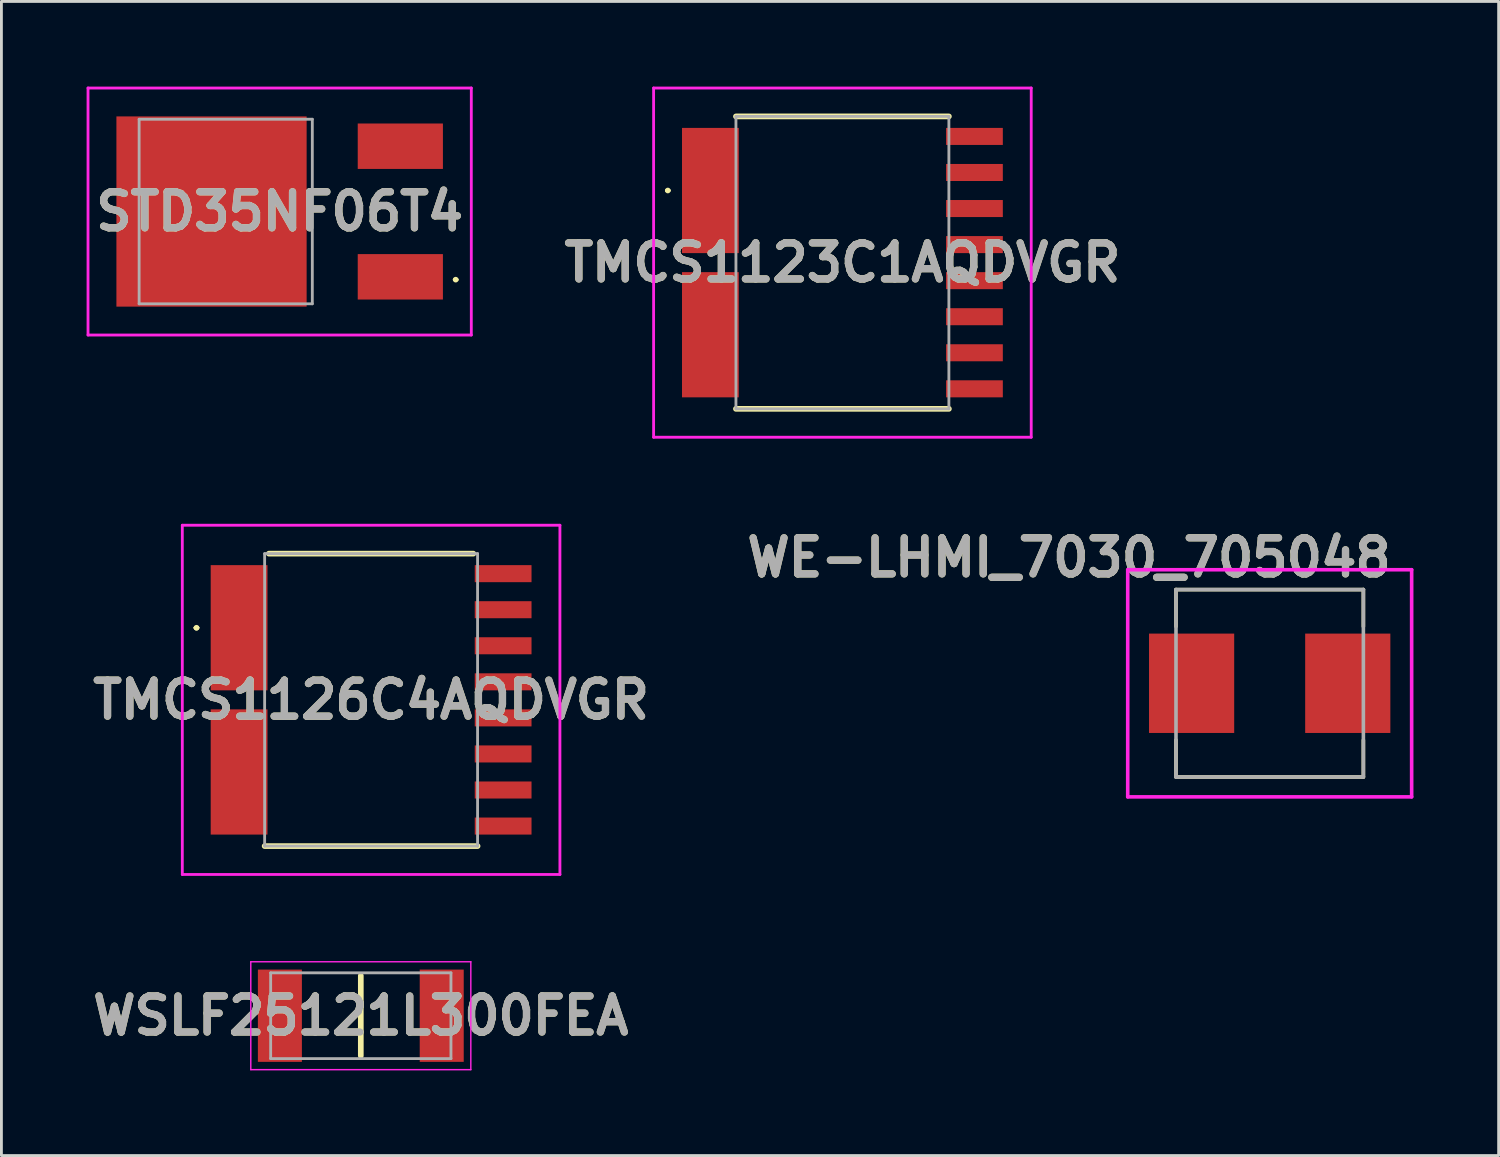
<source format=kicad_pcb>
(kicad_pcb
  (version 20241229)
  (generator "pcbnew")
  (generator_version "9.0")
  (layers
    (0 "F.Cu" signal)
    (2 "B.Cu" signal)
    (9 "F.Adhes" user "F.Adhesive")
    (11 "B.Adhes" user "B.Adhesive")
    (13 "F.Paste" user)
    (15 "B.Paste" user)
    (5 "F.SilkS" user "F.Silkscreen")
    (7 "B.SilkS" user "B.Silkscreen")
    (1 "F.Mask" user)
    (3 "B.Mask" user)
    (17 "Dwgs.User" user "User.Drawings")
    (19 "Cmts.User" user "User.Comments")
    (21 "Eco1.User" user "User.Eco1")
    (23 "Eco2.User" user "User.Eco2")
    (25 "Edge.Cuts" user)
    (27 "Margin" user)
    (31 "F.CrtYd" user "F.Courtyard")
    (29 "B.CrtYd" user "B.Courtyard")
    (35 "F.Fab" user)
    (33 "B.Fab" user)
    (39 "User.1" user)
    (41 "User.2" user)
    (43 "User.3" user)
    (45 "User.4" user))
  (footprint "TMCS1123C1AQDVGR"
    (layer "F.Cu")
    (at 26.621 6.2)
    (property "Reference" "TMCS1123C1AQDVGR" (at 0 0 0) (layer "F.SilkS") (effects (font (size 1.27 1.27) (thickness 0.254))))
    (attr smd)
    (fp_line (start -6.2 -2.54) (end -6.2 -2.54) (stroke (width 0.1) (type solid)) (layer "F.SilkS"))
    (fp_line (start -6.1 -2.54) (end -6.1 -2.54) (stroke (width 0.1) (type solid)) (layer "F.SilkS"))
    (fp_line (start -3.75 -5.15) (end 3.75 -5.15) (stroke (width 0.2) (type solid)) (layer "F.SilkS"))
    (fp_line (start -3.75 5.15) (end 3.75 5.15) (stroke (width 0.2) (type solid)) (layer "F.SilkS"))
    (fp_arc (start -6.2 -2.54) (mid -6.15 -2.59) (end -6.1 -2.54) (stroke (width 0.1) (type solid)) (layer "F.SilkS"))
    (fp_arc (start -6.1 -2.54) (mid -6.15 -2.49) (end -6.2 -2.54) (stroke (width 0.1) (type solid)) (layer "F.SilkS"))
    (fp_line (start -6.65 -6.15) (end 6.65 -6.15) (stroke (width 0.1) (type solid)) (layer "F.CrtYd"))
    (fp_line (start -6.65 6.15) (end -6.65 -6.15) (stroke (width 0.1) (type solid)) (layer "F.CrtYd"))
    (fp_line (start 6.65 -6.15) (end 6.65 6.15) (stroke (width 0.1) (type solid)) (layer "F.CrtYd"))
    (fp_line (start 6.65 6.15) (end -6.65 6.15) (stroke (width 0.1) (type solid)) (layer "F.CrtYd"))
    (fp_line (start -3.75 -5.15) (end 3.75 -5.15) (stroke (width 0.1) (type solid)) (layer "F.Fab"))
    (fp_line (start -3.75 5.15) (end -3.75 -5.15) (stroke (width 0.1) (type solid)) (layer "F.Fab"))
    (fp_line (start 3.75 -5.15) (end 3.75 5.15) (stroke (width 0.1) (type solid)) (layer "F.Fab"))
    (fp_line (start 3.75 5.15) (end -3.75 5.15) (stroke (width 0.1) (type solid)) (layer "F.Fab"))
    (fp_text user "${REFERENCE}" (at 0 0 0) (layer "F.Fab") (effects (font (size 1.27 1.27) (thickness 0.254))))
    (pad "1" smd rect (at -4.65 -2.54) (size 2 4.41) (layers "F.Cu" "F.Mask" "F.Paste"))
    (pad "2" smd rect (at -4.65 2.54) (size 2 4.41) (layers "F.Cu" "F.Mask" "F.Paste"))
    (pad "3" smd rect (at 4.65 4.445 90) (size 0.6 2) (layers "F.Cu" "F.Mask" "F.Paste"))
    (pad "4" smd rect (at 4.65 3.175 90) (size 0.6 2) (layers "F.Cu" "F.Mask" "F.Paste"))
    (pad "5" smd rect (at 4.65 1.905 90) (size 0.6 2) (layers "F.Cu" "F.Mask" "F.Paste"))
    (pad "6" smd rect (at 4.65 0.635 90) (size 0.6 2) (layers "F.Cu" "F.Mask" "F.Paste"))
    (pad "7" smd rect (at 4.65 -0.635 90) (size 0.6 2) (layers "F.Cu" "F.Mask" "F.Paste"))
    (pad "8" smd rect (at 4.65 -1.905 90) (size 0.6 2) (layers "F.Cu" "F.Mask" "F.Paste"))
    (pad "9" smd rect (at 4.65 -3.175 90) (size 0.6 2) (layers "F.Cu" "F.Mask" "F.Paste"))
    (pad "10" smd rect (at 4.65 -4.445 90) (size 0.6 2) (layers "F.Cu" "F.Mask" "F.Paste")))
  (footprint "WSLF25121L300FEA"
    (layer "F.Cu")
    (at 9.658 32.725)
    (property "Reference" "WSLF25121L300FEA" (at 0 0 0) (layer "F.SilkS") (effects (font (size 1.27 1.27) (thickness 0.254))))
    (attr smd)
    (fp_line (start 0 -1.41) (end 0 1.41) (stroke (width 0.2) (type solid)) (layer "F.SilkS"))
    (fp_line (start -3.875 -1.9) (end 3.875 -1.9) (stroke (width 0.05) (type solid)) (layer "F.CrtYd"))
    (fp_line (start -3.875 1.9) (end -3.875 -1.9) (stroke (width 0.05) (type solid)) (layer "F.CrtYd"))
    (fp_line (start 3.875 -1.9) (end 3.875 1.9) (stroke (width 0.05) (type solid)) (layer "F.CrtYd"))
    (fp_line (start 3.875 1.9) (end -3.875 1.9) (stroke (width 0.05) (type solid)) (layer "F.CrtYd"))
    (fp_line (start -3.175 -1.51) (end 3.175 -1.51) (stroke (width 0.1) (type solid)) (layer "F.Fab"))
    (fp_line (start -3.175 1.51) (end -3.175 -1.51) (stroke (width 0.1) (type solid)) (layer "F.Fab"))
    (fp_line (start 3.175 -1.51) (end 3.175 1.51) (stroke (width 0.1) (type solid)) (layer "F.Fab"))
    (fp_line (start 3.175 1.51) (end -3.175 1.51) (stroke (width 0.1) (type solid)) (layer "F.Fab"))
    (fp_text user "${REFERENCE}" (at 0 0 0) (layer "F.Fab") (effects (font (size 1.27 1.27) (thickness 0.254))))
    (pad "1" smd rect (at -2.85 0) (size 1.55 3.25) (layers "F.Cu" "F.Mask" "F.Paste"))
    (pad "2" smd rect (at 2.85 0) (size 1.55 3.25) (layers "F.Cu" "F.Mask" "F.Paste")))
  (footprint "WE-LHMI_7030_705048"
    (layer "F.Cu")
    (at 41.67 21.016)
    (property "Reference" "WE-LHMI_7030_705048" (at -7.066 -4.428 0) (layer "F.SilkS") (effects (font (size 1.27 1.27) (thickness 0.254))))
    (attr smd)
    (fp_line (start -3.3 -3.3) (end 3.3 -3.3) (stroke (width 0.127) (type solid)) (layer "F.SilkS"))
    (fp_line (start -3.3 -2) (end -3.3 -3.3) (stroke (width 0.127) (type solid)) (layer "F.SilkS"))
    (fp_line (start -3.3 2) (end -3.3 3.3) (stroke (width 0.127) (type solid)) (layer "F.SilkS"))
    (fp_line (start -3.3 3.3) (end 3.3 3.3) (stroke (width 0.127) (type solid)) (layer "F.SilkS"))
    (fp_line (start 3.3 -3.3) (end 3.3 -2) (stroke (width 0.127) (type solid)) (layer "F.SilkS"))
    (fp_line (start 3.3 3.3) (end 3.3 2) (stroke (width 0.127) (type solid)) (layer "F.SilkS"))
    (fp_line (start -5 -4) (end -5 4) (stroke (width 0.127) (type solid)) (layer "F.CrtYd"))
    (fp_line (start -5 4) (end 5 4) (stroke (width 0.127) (type solid)) (layer "F.CrtYd"))
    (fp_line (start 5 -4) (end -5 -4) (stroke (width 0.127) (type solid)) (layer "F.CrtYd"))
    (fp_line (start 5 4) (end 5 -4) (stroke (width 0.127) (type solid)) (layer "F.CrtYd"))
    (fp_line (start -3.3 -3.3) (end -3.3 3.3) (stroke (width 0.127) (type solid)) (layer "F.Fab"))
    (fp_line (start -3.3 3.3) (end 3.3 3.3) (stroke (width 0.127) (type solid)) (layer "F.Fab"))
    (fp_line (start 3.3 -3.3) (end -3.3 -3.3) (stroke (width 0.127) (type solid)) (layer "F.Fab"))
    (fp_line (start 3.3 3.3) (end 3.3 -3.3) (stroke (width 0.127) (type solid)) (layer "F.Fab"))
    (fp_text user "${REFERENCE}" (at -7.066 -4.428 0) (layer "F.Fab") (effects (font (size 1.27 1.27) (thickness 0.254))))
    (pad "1" smd rect (at -2.75 0) (size 3 3.5) (layers "F.Cu" "F.Mask" "F.Paste"))
    (pad "2" smd rect (at 2.75 0) (size 3 3.5) (layers "F.Cu" "F.Mask" "F.Paste")))
  (footprint "STD35NF06T4"
    (layer "F.Cu")
    (at 6.45 4.4)
    (property "Reference" "STD35NF06T4" (at 0.35 0 0) (layer "F.SilkS") (effects (font (size 1.27 1.27) (thickness 0.254))))
    (attr smd)
    (fp_line (start 6.5 2.4) (end 6.5 2.4) (stroke (width 0.1) (type solid)) (layer "F.SilkS"))
    (fp_line (start 6.6 2.4) (end 6.6 2.4) (stroke (width 0.1) (type solid)) (layer "F.SilkS"))
    (fp_arc (start 6.5 2.4) (mid 6.55 2.35) (end 6.6 2.4) (stroke (width 0.1) (type solid)) (layer "F.SilkS"))
    (fp_arc (start 6.6 2.4) (mid 6.55 2.45) (end 6.5 2.4) (stroke (width 0.1) (type solid)) (layer "F.SilkS"))
    (fp_line (start -6.4 -4.35) (end 7.1 -4.35) (stroke (width 0.1) (type solid)) (layer "F.CrtYd"))
    (fp_line (start -6.4 4.35) (end -6.4 -4.35) (stroke (width 0.1) (type solid)) (layer "F.CrtYd"))
    (fp_line (start 7.1 -4.35) (end 7.1 4.35) (stroke (width 0.1) (type solid)) (layer "F.CrtYd"))
    (fp_line (start 7.1 4.35) (end -6.4 4.35) (stroke (width 0.1) (type solid)) (layer "F.CrtYd"))
    (fp_line (start -4.6 -3.25) (end 1.5 -3.25) (stroke (width 0.1) (type solid)) (layer "F.Fab"))
    (fp_line (start -4.6 3.25) (end -4.6 -3.25) (stroke (width 0.1) (type solid)) (layer "F.Fab"))
    (fp_line (start 1.5 -3.25) (end 1.5 3.25) (stroke (width 0.1) (type solid)) (layer "F.Fab"))
    (fp_line (start 1.5 3.25) (end -4.6 3.25) (stroke (width 0.1) (type solid)) (layer "F.Fab"))
    (fp_text user "${REFERENCE}" (at 0.35 0 0) (layer "F.Fab") (effects (font (size 1.27 1.27) (thickness 0.254))))
    (pad "1" smd rect (at 4.6 2.3 90) (size 1.6 3) (layers "F.Cu" "F.Mask" "F.Paste"))
    (pad "2" smd rect (at -2.05 0 90) (size 6.7 6.7) (layers "F.Cu" "F.Mask" "F.Paste"))
    (pad "3" smd rect (at 4.6 -2.3 90) (size 1.6 3) (layers "F.Cu" "F.Mask" "F.Paste")))
  (footprint "TMCS1126C4AQDVGR"
    (layer "F.Cu")
    (at 10.021 21.6)
    (property "Reference" "TMCS1126C4AQDVGR" (at 0 0 0) (layer "F.SilkS") (effects (font (size 1.27 1.27) (thickness 0.254))))
    (attr smd)
    (fp_line (start -6.2 -2.54) (end -6.2 -2.54) (stroke (width 0.1) (type solid)) (layer "F.SilkS"))
    (fp_line (start -6.2 -2.54) (end -6.2 -2.54) (stroke (width 0.1) (type solid)) (layer "F.SilkS"))
    (fp_line (start -6.1 -2.54) (end -6.1 -2.54) (stroke (width 0.1) (type solid)) (layer "F.SilkS"))
    (fp_line (start -3.75 5.15) (end 3.75 5.15) (stroke (width 0.2) (type solid)) (layer "F.SilkS"))
    (fp_line (start -3.6 -5.15) (end 3.6 -5.15) (stroke (width 0.2) (type solid)) (layer "F.SilkS"))
    (fp_arc (start -6.2 -2.54) (mid -6.15 -2.59) (end -6.1 -2.54) (stroke (width 0.1) (type solid)) (layer "F.SilkS"))
    (fp_arc (start -6.1 -2.54) (mid -6.15 -2.49) (end -6.2 -2.54) (stroke (width 0.1) (type solid)) (layer "F.SilkS"))
    (fp_arc (start -6.1 -2.54) (mid -6.15 -2.49) (end -6.2 -2.54) (stroke (width 0.1) (type solid)) (layer "F.SilkS"))
    (fp_line (start -6.65 -6.15) (end 6.65 -6.15) (stroke (width 0.1) (type solid)) (layer "F.CrtYd"))
    (fp_line (start -6.65 6.15) (end -6.65 -6.15) (stroke (width 0.1) (type solid)) (layer "F.CrtYd"))
    (fp_line (start 6.65 -6.15) (end 6.65 6.15) (stroke (width 0.1) (type solid)) (layer "F.CrtYd"))
    (fp_line (start 6.65 6.15) (end -6.65 6.15) (stroke (width 0.1) (type solid)) (layer "F.CrtYd"))
    (fp_line (start -3.75 -5.15) (end -3.75 5.15) (stroke (width 0.1) (type solid)) (layer "F.Fab"))
    (fp_line (start -3.75 5.15) (end 3.75 5.15) (stroke (width 0.1) (type solid)) (layer "F.Fab"))
    (fp_line (start 3.75 -5.15) (end -3.75 -5.15) (stroke (width 0.1) (type solid)) (layer "F.Fab"))
    (fp_line (start 3.75 5.15) (end 3.75 -5.15) (stroke (width 0.1) (type solid)) (layer "F.Fab"))
    (fp_text user "${REFERENCE}" (at 0 0 0) (layer "F.Fab") (effects (font (size 1.27 1.27) (thickness 0.254))))
    (pad "1" smd rect (at -4.65 -2.54) (size 2 4.41) (layers "F.Cu" "F.Mask" "F.Paste"))
    (pad "2" smd rect (at -4.65 2.54) (size 2 4.41) (layers "F.Cu" "F.Mask" "F.Paste"))
    (pad "3" smd rect (at 4.65 4.445 90) (size 0.6 2) (layers "F.Cu" "F.Mask" "F.Paste"))
    (pad "4" smd rect (at 4.65 3.175 90) (size 0.6 2) (layers "F.Cu" "F.Mask" "F.Paste"))
    (pad "5" smd rect (at 4.65 1.905 90) (size 0.6 2) (layers "F.Cu" "F.Mask" "F.Paste"))
    (pad "6" smd rect (at 4.65 0.635 90) (size 0.6 2) (layers "F.Cu" "F.Mask" "F.Paste"))
    (pad "7" smd rect (at 4.65 -0.635 90) (size 0.6 2) (layers "F.Cu" "F.Mask" "F.Paste"))
    (pad "8" smd rect (at 4.65 -1.905 90) (size 0.6 2) (layers "F.Cu" "F.Mask" "F.Paste"))
    (pad "9" smd rect (at 4.65 -3.175 90) (size 0.6 2) (layers "F.Cu" "F.Mask" "F.Paste"))
    (pad "10" smd rect (at 4.65 -4.445 90) (size 0.6 2) (layers "F.Cu" "F.Mask" "F.Paste")))
  (gr_rect
    (start -3 -3)
    (end 49.734 37.65)
    (stroke (width 0.1) (type default))
    (fill no)
    (layer "Edge.Cuts")))
</source>
